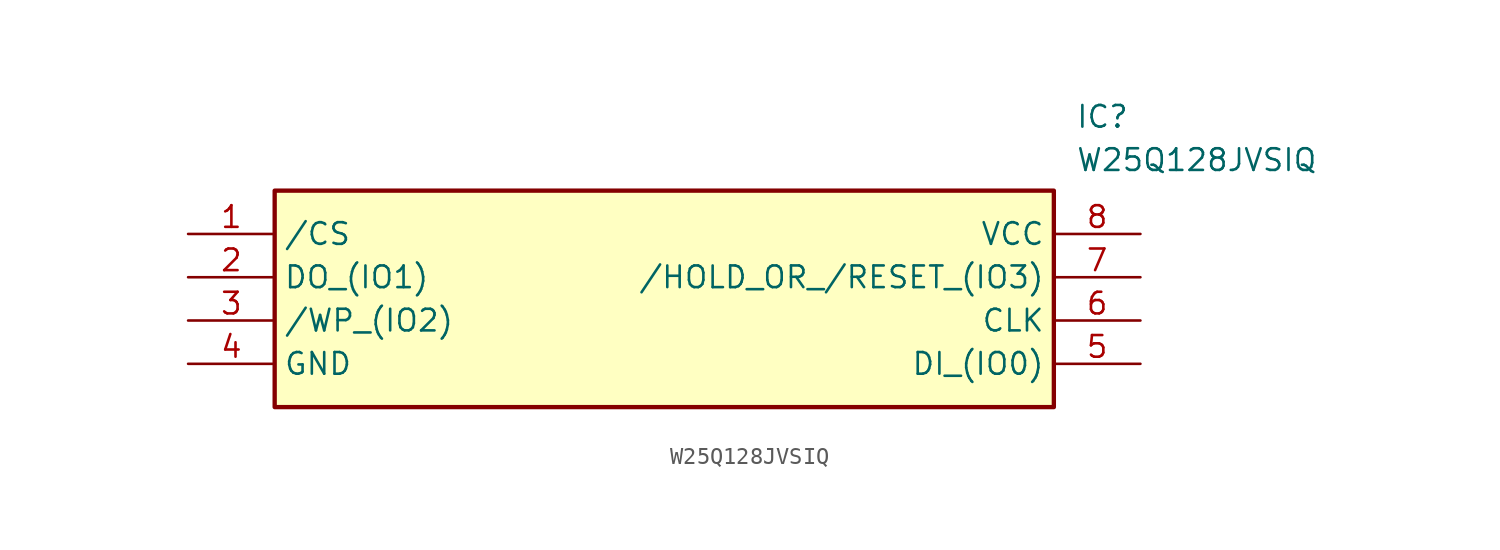
<source format=kicad_sym>
(kicad_symbol_lib
  (version 20231120)
  (generator "kicad_symbol_editor")
  (generator_version "8.0")
  (symbol "W25Q128JVSIQ"
    (property "Reference" "IC"
      (at 52.07 7.62 0)
      (effects (font (size 1.27 1.27)) (justify left top)))
    (property "Value" "W25Q128JVSIQ"
      (at 52.07 5.08 0)
      (effects (font (size 1.27 1.27)) (justify left top)))
    (symbol "W25Q128JVSIQ_1_1"
      (rectangle (start 5.08 2.54) (end 50.8 -10.16) (stroke (width 0.254) (type default)) (fill (type background)))
      (pin passive line (at 0 0 0) (length 5.08) (name "/CS" (effects (font (size 1.27 1.27)))) (number "1" (effects (font (size 1.27 1.27)))))
      (pin passive line (at 0 -2.54 0) (length 5.08) (name "DO_(IO1)" (effects (font (size 1.27 1.27)))) (number "2" (effects (font (size 1.27 1.27)))))
      (pin passive line (at 0 -5.08 0) (length 5.08) (name "/WP_(IO2)" (effects (font (size 1.27 1.27)))) (number "3" (effects (font (size 1.27 1.27)))))
      (pin passive line (at 0 -7.62 0) (length 5.08) (name "GND" (effects (font (size 1.27 1.27)))) (number "4" (effects (font (size 1.27 1.27)))))
      (pin passive line (at 55.88 -7.62 180) (length 5.08) (name "DI_(IO0)" (effects (font (size 1.27 1.27)))) (number "5" (effects (font (size 1.27 1.27)))))
      (pin passive line (at 55.88 -5.08 180) (length 5.08) (name "CLK" (effects (font (size 1.27 1.27)))) (number "6" (effects (font (size 1.27 1.27)))))
      (pin passive line (at 55.88 -2.54 180) (length 5.08) (name "/HOLD_OR_/RESET_(IO3)" (effects (font (size 1.27 1.27)))) (number "7" (effects (font (size 1.27 1.27)))))
      (pin passive line (at 55.88 0 180) (length 5.08) (name "VCC" (effects (font (size 1.27 1.27)))) (number "8" (effects (font (size 1.27 1.27))))))))
</source>
